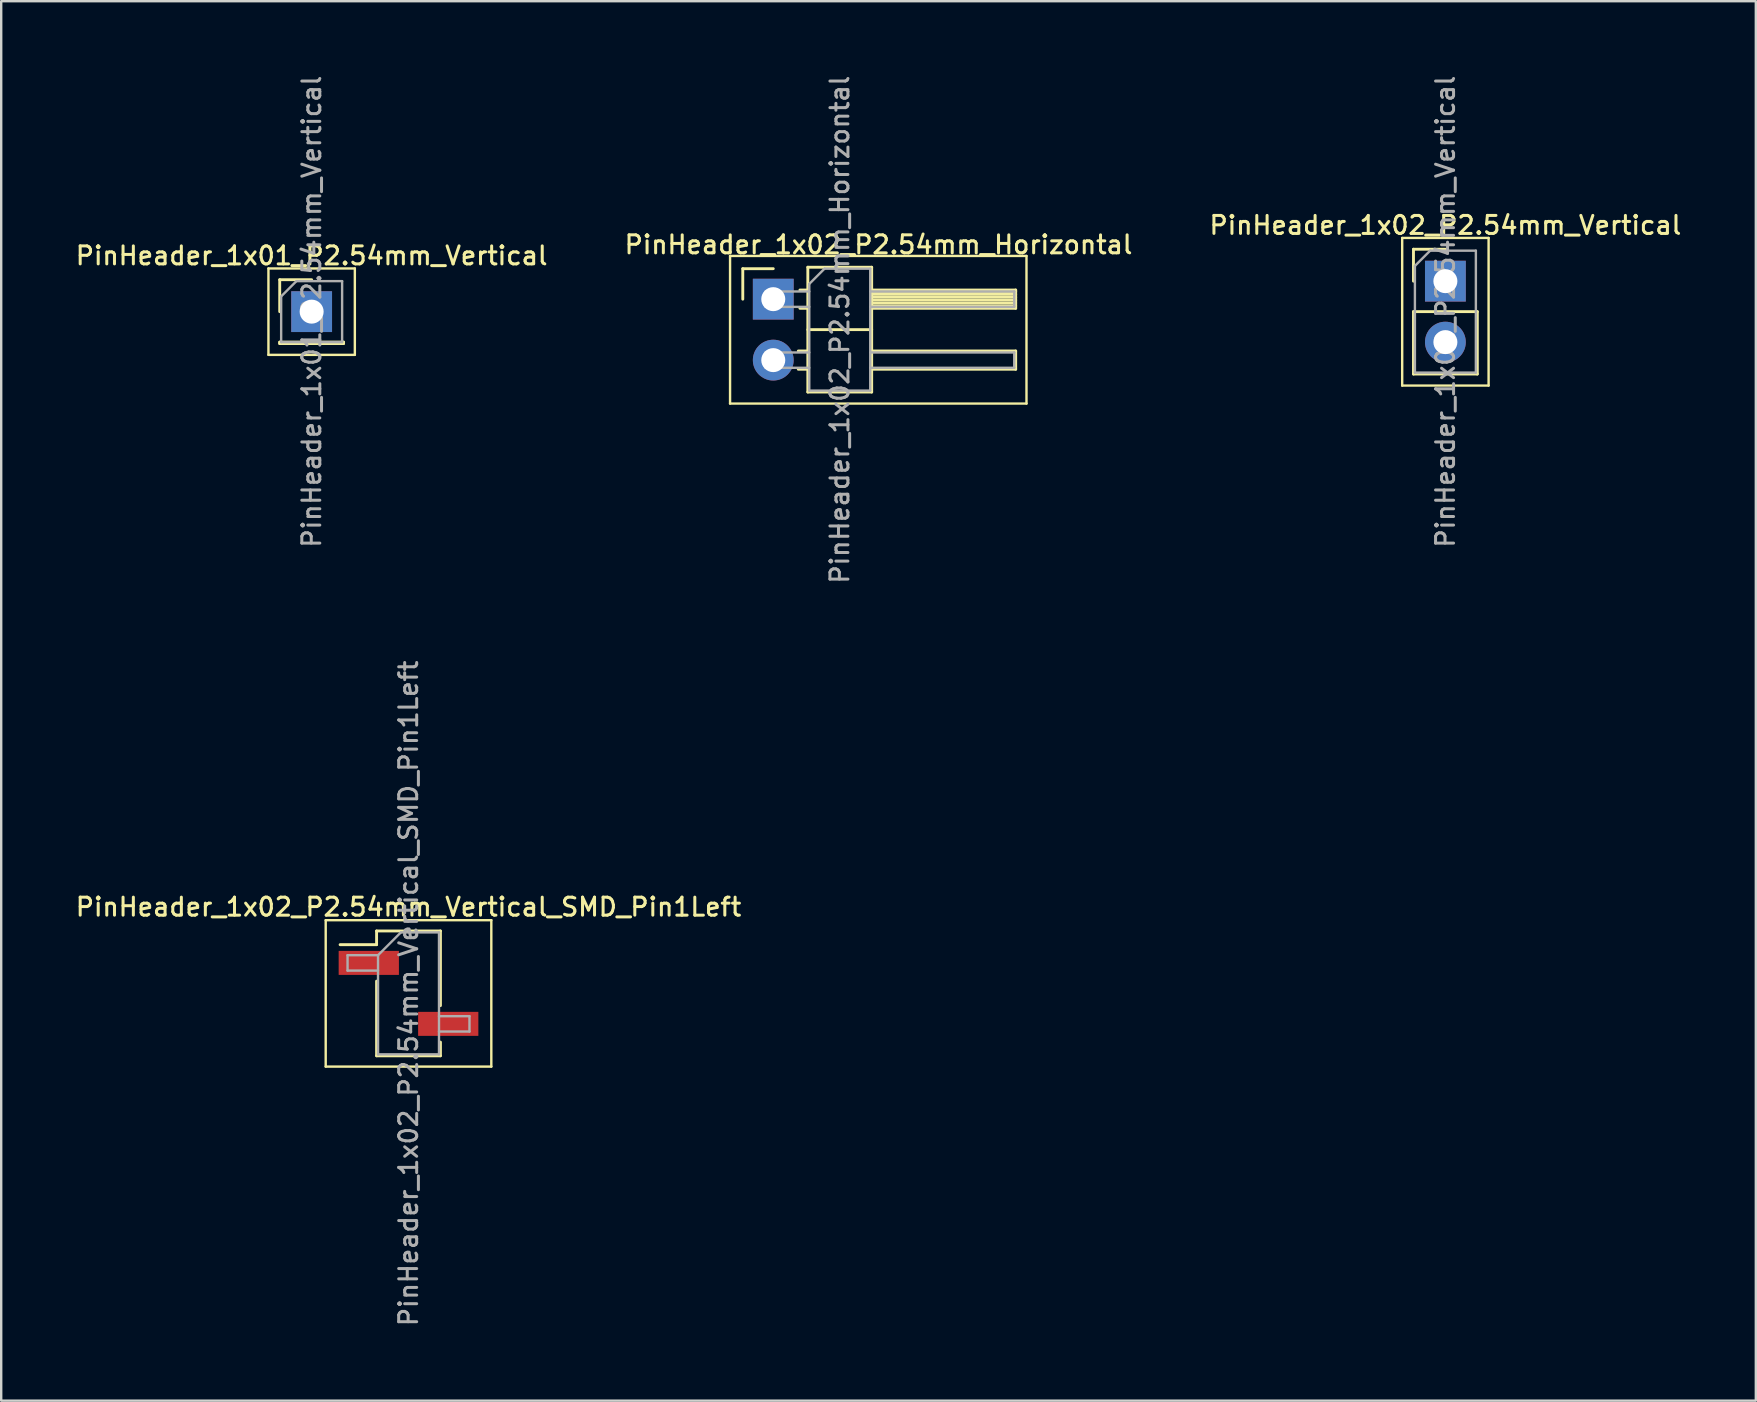
<source format=kicad_pcb>
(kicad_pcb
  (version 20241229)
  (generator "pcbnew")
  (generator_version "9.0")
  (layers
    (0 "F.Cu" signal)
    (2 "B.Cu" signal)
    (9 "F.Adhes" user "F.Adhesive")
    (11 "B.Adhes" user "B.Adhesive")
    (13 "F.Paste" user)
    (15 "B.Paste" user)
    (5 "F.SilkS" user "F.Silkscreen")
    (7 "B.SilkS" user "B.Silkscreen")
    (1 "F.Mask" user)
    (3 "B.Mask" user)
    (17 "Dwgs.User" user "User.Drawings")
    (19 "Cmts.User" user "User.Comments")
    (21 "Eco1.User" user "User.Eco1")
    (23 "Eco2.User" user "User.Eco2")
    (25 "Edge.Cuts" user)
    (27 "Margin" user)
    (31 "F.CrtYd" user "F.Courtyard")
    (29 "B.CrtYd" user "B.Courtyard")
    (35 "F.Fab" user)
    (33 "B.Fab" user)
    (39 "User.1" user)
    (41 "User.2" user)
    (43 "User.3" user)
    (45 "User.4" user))
  (footprint "PinHeader_1x01_P2.54mm_Vertical"
    (layer "F.Cu")
    (at 9.934 9.934)
    (property "Reference" "PinHeader_1x01_P2.54mm_Vertical" (at 0 -2.33 0) (layer "F.SilkS") (effects (font (size 0.75 0.75) (thickness 0.125))))
    (attr through_hole)
    (fp_line (start -1.8 -1.8) (end -1.8 1.8) (stroke (width 0.1) (type solid)) (layer "F.SilkS"))
    (fp_line (start -1.8 1.8) (end 1.8 1.8) (stroke (width 0.1) (type solid)) (layer "F.SilkS"))
    (fp_line (start -1.33 -1.33) (end 0 -1.33) (stroke (width 0.12) (type solid)) (layer "F.SilkS"))
    (fp_line (start -1.33 0) (end -1.33 -1.33) (stroke (width 0.12) (type solid)) (layer "F.SilkS"))
    (fp_line (start -1.33 1.27) (end -1.33 1.33) (stroke (width 0.12) (type solid)) (layer "F.SilkS"))
    (fp_line (start -1.33 1.27) (end 1.33 1.27) (stroke (width 0.12) (type solid)) (layer "F.SilkS"))
    (fp_line (start -1.33 1.33) (end 1.33 1.33) (stroke (width 0.12) (type solid)) (layer "F.SilkS"))
    (fp_line (start 1.33 1.27) (end 1.33 1.33) (stroke (width 0.12) (type solid)) (layer "F.SilkS"))
    (fp_line (start 1.8 -1.8) (end -1.8 -1.8) (stroke (width 0.1) (type solid)) (layer "F.SilkS"))
    (fp_line (start 1.8 1.8) (end 1.8 -1.8) (stroke (width 0.1) (type solid)) (layer "F.SilkS"))
    (fp_line (start -1.27 -0.635) (end -0.635 -1.27) (stroke (width 0.1) (type solid)) (layer "F.Fab"))
    (fp_line (start -1.27 1.27) (end -1.27 -0.635) (stroke (width 0.1) (type solid)) (layer "F.Fab"))
    (fp_line (start -0.635 -1.27) (end 1.27 -1.27) (stroke (width 0.1) (type solid)) (layer "F.Fab"))
    (fp_line (start 1.27 -1.27) (end 1.27 1.27) (stroke (width 0.1) (type solid)) (layer "F.Fab"))
    (fp_line (start 1.27 1.27) (end -1.27 1.27) (stroke (width 0.1) (type solid)) (layer "F.Fab"))
    (fp_text user "${REFERENCE}" (at 0 0 90) (layer "F.Fab") (effects (font (size 0.75 0.75) (thickness 0.125))))
    (pad "1" thru_hole rect (at 0 0) (size 1.7 1.7) (drill 1) (layers "*.Cu" "*.Mask")))
  (footprint "PinHeader_1x02_P2.54mm_Horizontal"
    (layer "F.Cu")
    (at 29.167 9.414)
    (property "Reference" "PinHeader_1x02_P2.54mm_Horizontal" (at 4.385 -2.27 0) (layer "F.SilkS") (effects (font (size 0.75 0.75) (thickness 0.125))))
    (attr through_hole)
    (fp_line (start -1.8 -1.8) (end -1.8 4.35) (stroke (width 0.1) (type solid)) (layer "F.SilkS"))
    (fp_line (start -1.8 4.35) (end 10.55 4.35) (stroke (width 0.1) (type solid)) (layer "F.SilkS"))
    (fp_line (start -1.27 -1.27) (end 0 -1.27) (stroke (width 0.12) (type solid)) (layer "F.SilkS"))
    (fp_line (start -1.27 0) (end -1.27 -1.27) (stroke (width 0.12) (type solid)) (layer "F.SilkS"))
    (fp_line (start 1.043 2.16) (end 1.44 2.16) (stroke (width 0.12) (type solid)) (layer "F.SilkS"))
    (fp_line (start 1.043 2.92) (end 1.44 2.92) (stroke (width 0.12) (type solid)) (layer "F.SilkS"))
    (fp_line (start 1.11 -0.38) (end 1.44 -0.38) (stroke (width 0.12) (type solid)) (layer "F.SilkS"))
    (fp_line (start 1.11 0.38) (end 1.44 0.38) (stroke (width 0.12) (type solid)) (layer "F.SilkS"))
    (fp_line (start 1.44 -1.33) (end 1.44 3.87) (stroke (width 0.12) (type solid)) (layer "F.SilkS"))
    (fp_line (start 1.44 1.27) (end 4.1 1.27) (stroke (width 0.12) (type solid)) (layer "F.SilkS"))
    (fp_line (start 1.44 3.87) (end 4.1 3.87) (stroke (width 0.12) (type solid)) (layer "F.SilkS"))
    (fp_line (start 4.1 -1.33) (end 1.44 -1.33) (stroke (width 0.12) (type solid)) (layer "F.SilkS"))
    (fp_line (start 4.1 -0.38) (end 10.1 -0.38) (stroke (width 0.12) (type solid)) (layer "F.SilkS"))
    (fp_line (start 4.1 -0.32) (end 10.1 -0.32) (stroke (width 0.12) (type solid)) (layer "F.SilkS"))
    (fp_line (start 4.1 -0.2) (end 10.1 -0.2) (stroke (width 0.12) (type solid)) (layer "F.SilkS"))
    (fp_line (start 4.1 -0.08) (end 10.1 -0.08) (stroke (width 0.12) (type solid)) (layer "F.SilkS"))
    (fp_line (start 4.1 0.04) (end 10.1 0.04) (stroke (width 0.12) (type solid)) (layer "F.SilkS"))
    (fp_line (start 4.1 0.16) (end 10.1 0.16) (stroke (width 0.12) (type solid)) (layer "F.SilkS"))
    (fp_line (start 4.1 0.28) (end 10.1 0.28) (stroke (width 0.12) (type solid)) (layer "F.SilkS"))
    (fp_line (start 4.1 2.16) (end 10.1 2.16) (stroke (width 0.12) (type solid)) (layer "F.SilkS"))
    (fp_line (start 4.1 3.87) (end 4.1 -1.33) (stroke (width 0.12) (type solid)) (layer "F.SilkS"))
    (fp_line (start 10.1 -0.38) (end 10.1 0.38) (stroke (width 0.12) (type solid)) (layer "F.SilkS"))
    (fp_line (start 10.1 0.38) (end 4.1 0.38) (stroke (width 0.12) (type solid)) (layer "F.SilkS"))
    (fp_line (start 10.1 2.16) (end 10.1 2.92) (stroke (width 0.12) (type solid)) (layer "F.SilkS"))
    (fp_line (start 10.1 2.92) (end 4.1 2.92) (stroke (width 0.12) (type solid)) (layer "F.SilkS"))
    (fp_line (start 10.55 -1.8) (end -1.8 -1.8) (stroke (width 0.1) (type solid)) (layer "F.SilkS"))
    (fp_line (start 10.55 4.35) (end 10.55 -1.8) (stroke (width 0.1) (type solid)) (layer "F.SilkS"))
    (fp_line (start -0.32 -0.32) (end -0.32 0.32) (stroke (width 0.1) (type solid)) (layer "F.Fab"))
    (fp_line (start -0.32 -0.32) (end 1.5 -0.32) (stroke (width 0.1) (type solid)) (layer "F.Fab"))
    (fp_line (start -0.32 0.32) (end 1.5 0.32) (stroke (width 0.1) (type solid)) (layer "F.Fab"))
    (fp_line (start -0.32 2.22) (end -0.32 2.86) (stroke (width 0.1) (type solid)) (layer "F.Fab"))
    (fp_line (start -0.32 2.22) (end 1.5 2.22) (stroke (width 0.1) (type solid)) (layer "F.Fab"))
    (fp_line (start -0.32 2.86) (end 1.5 2.86) (stroke (width 0.1) (type solid)) (layer "F.Fab"))
    (fp_line (start 1.5 -0.635) (end 2.135 -1.27) (stroke (width 0.1) (type solid)) (layer "F.Fab"))
    (fp_line (start 1.5 3.81) (end 1.5 -0.635) (stroke (width 0.1) (type solid)) (layer "F.Fab"))
    (fp_line (start 2.135 -1.27) (end 4.04 -1.27) (stroke (width 0.1) (type solid)) (layer "F.Fab"))
    (fp_line (start 4.04 -1.27) (end 4.04 3.81) (stroke (width 0.1) (type solid)) (layer "F.Fab"))
    (fp_line (start 4.04 -0.32) (end 10.04 -0.32) (stroke (width 0.1) (type solid)) (layer "F.Fab"))
    (fp_line (start 4.04 0.32) (end 10.04 0.32) (stroke (width 0.1) (type solid)) (layer "F.Fab"))
    (fp_line (start 4.04 2.22) (end 10.04 2.22) (stroke (width 0.1) (type solid)) (layer "F.Fab"))
    (fp_line (start 4.04 2.86) (end 10.04 2.86) (stroke (width 0.1) (type solid)) (layer "F.Fab"))
    (fp_line (start 4.04 3.81) (end 1.5 3.81) (stroke (width 0.1) (type solid)) (layer "F.Fab"))
    (fp_line (start 10.04 -0.32) (end 10.04 0.32) (stroke (width 0.1) (type solid)) (layer "F.Fab"))
    (fp_line (start 10.04 2.22) (end 10.04 2.86) (stroke (width 0.1) (type solid)) (layer "F.Fab"))
    (fp_text user "${REFERENCE}" (at 2.77 1.27 90) (layer "F.Fab") (effects (font (size 0.75 0.75) (thickness 0.125))))
    (pad "1" thru_hole rect (at 0 0) (size 1.7 1.7) (drill 1) (layers "*.Cu" "*.Mask"))
    (pad "2" thru_hole oval (at 0 2.54) (size 1.7 1.7) (drill 1) (layers "*.Cu" "*.Mask")))
  (footprint "PinHeader_1x02_P2.54mm_Vertical"
    (layer "F.Cu")
    (at 57.17 8.664)
    (property "Reference" "PinHeader_1x02_P2.54mm_Vertical" (at 0 -2.33 0) (layer "F.SilkS") (effects (font (size 0.75 0.75) (thickness 0.125))))
    (attr through_hole)
    (fp_line (start -1.8 -1.8) (end -1.8 4.35) (stroke (width 0.1) (type solid)) (layer "F.SilkS"))
    (fp_line (start -1.8 4.35) (end 1.8 4.35) (stroke (width 0.1) (type solid)) (layer "F.SilkS"))
    (fp_line (start -1.33 -1.33) (end 0 -1.33) (stroke (width 0.12) (type solid)) (layer "F.SilkS"))
    (fp_line (start -1.33 0) (end -1.33 -1.33) (stroke (width 0.12) (type solid)) (layer "F.SilkS"))
    (fp_line (start -1.33 1.27) (end -1.33 3.87) (stroke (width 0.12) (type solid)) (layer "F.SilkS"))
    (fp_line (start -1.33 1.27) (end 1.33 1.27) (stroke (width 0.12) (type solid)) (layer "F.SilkS"))
    (fp_line (start -1.33 3.87) (end 1.33 3.87) (stroke (width 0.12) (type solid)) (layer "F.SilkS"))
    (fp_line (start 1.33 1.27) (end 1.33 3.87) (stroke (width 0.12) (type solid)) (layer "F.SilkS"))
    (fp_line (start 1.8 -1.8) (end -1.8 -1.8) (stroke (width 0.1) (type solid)) (layer "F.SilkS"))
    (fp_line (start 1.8 4.35) (end 1.8 -1.8) (stroke (width 0.1) (type solid)) (layer "F.SilkS"))
    (fp_line (start -1.27 -0.635) (end -0.635 -1.27) (stroke (width 0.1) (type solid)) (layer "F.Fab"))
    (fp_line (start -1.27 3.81) (end -1.27 -0.635) (stroke (width 0.1) (type solid)) (layer "F.Fab"))
    (fp_line (start -0.635 -1.27) (end 1.27 -1.27) (stroke (width 0.1) (type solid)) (layer "F.Fab"))
    (fp_line (start 1.27 -1.27) (end 1.27 3.81) (stroke (width 0.1) (type solid)) (layer "F.Fab"))
    (fp_line (start 1.27 3.81) (end -1.27 3.81) (stroke (width 0.1) (type solid)) (layer "F.Fab"))
    (fp_text user "${REFERENCE}" (at 0 1.27 90) (layer "F.Fab") (effects (font (size 0.75 0.75) (thickness 0.125))))
    (pad "1" thru_hole rect (at 0 0) (size 1.7 1.7) (drill 1) (layers "*.Cu" "*.Mask"))
    (pad "2" thru_hole oval (at 0 2.54) (size 1.7 1.7) (drill 1) (layers "*.Cu" "*.Mask")))
  (footprint "PinHeader_1x02_P2.54mm_Vertical_SMD_Pin1Left"
    (layer "F.Cu")
    (at 13.97 38.338)
    (property "Reference" "PinHeader_1x02_P2.54mm_Vertical_SMD_Pin1Left" (at 0 -3.6 0) (layer "F.SilkS") (effects (font (size 0.75 0.75) (thickness 0.125))))
    (attr smd)
    (fp_line (start -3.45 -3.05) (end -3.45 3.05) (stroke (width 0.1) (type solid)) (layer "F.SilkS"))
    (fp_line (start -3.45 3.05) (end 3.45 3.05) (stroke (width 0.1) (type solid)) (layer "F.SilkS"))
    (fp_line (start -1.33 -2.6) (end -1.33 -2.03) (stroke (width 0.12) (type solid)) (layer "F.SilkS"))
    (fp_line (start -1.33 -2.6) (end 1.33 -2.6) (stroke (width 0.12) (type solid)) (layer "F.SilkS"))
    (fp_line (start -1.33 -2.03) (end -2.85 -2.03) (stroke (width 0.12) (type solid)) (layer "F.SilkS"))
    (fp_line (start -1.33 -0.51) (end -1.33 2.6) (stroke (width 0.12) (type solid)) (layer "F.SilkS"))
    (fp_line (start -1.33 2.6) (end 1.33 2.6) (stroke (width 0.12) (type solid)) (layer "F.SilkS"))
    (fp_line (start 1.33 -2.6) (end 1.33 0.51) (stroke (width 0.12) (type solid)) (layer "F.SilkS"))
    (fp_line (start 1.33 2.03) (end 1.33 2.6) (stroke (width 0.12) (type solid)) (layer "F.SilkS"))
    (fp_line (start 3.45 -3.05) (end -3.45 -3.05) (stroke (width 0.1) (type solid)) (layer "F.SilkS"))
    (fp_line (start 3.45 3.05) (end 3.45 -3.05) (stroke (width 0.1) (type solid)) (layer "F.SilkS"))
    (fp_line (start -2.54 -1.59) (end -2.54 -0.95) (stroke (width 0.1) (type solid)) (layer "F.Fab"))
    (fp_line (start -2.54 -0.95) (end -1.27 -0.95) (stroke (width 0.1) (type solid)) (layer "F.Fab"))
    (fp_line (start -1.27 -1.59) (end -2.54 -1.59) (stroke (width 0.1) (type solid)) (layer "F.Fab"))
    (fp_line (start -1.27 -1.59) (end -0.32 -2.54) (stroke (width 0.1) (type solid)) (layer "F.Fab"))
    (fp_line (start -1.27 2.54) (end -1.27 -1.59) (stroke (width 0.1) (type solid)) (layer "F.Fab"))
    (fp_line (start -0.32 -2.54) (end 1.27 -2.54) (stroke (width 0.1) (type solid)) (layer "F.Fab"))
    (fp_line (start 1.27 -2.54) (end 1.27 2.54) (stroke (width 0.1) (type solid)) (layer "F.Fab"))
    (fp_line (start 1.27 0.95) (end 2.54 0.95) (stroke (width 0.1) (type solid)) (layer "F.Fab"))
    (fp_line (start 1.27 2.54) (end -1.27 2.54) (stroke (width 0.1) (type solid)) (layer "F.Fab"))
    (fp_line (start 2.54 0.95) (end 2.54 1.59) (stroke (width 0.1) (type solid)) (layer "F.Fab"))
    (fp_line (start 2.54 1.59) (end 1.27 1.59) (stroke (width 0.1) (type solid)) (layer "F.Fab"))
    (fp_text user "${REFERENCE}" (at 0 0 90) (layer "F.Fab") (effects (font (size 0.75 0.75) (thickness 0.125))))
    (pad "1" smd rect (at -1.655 -1.27) (size 2.51 1) (layers "F.Cu" "F.Mask" "F.Paste"))
    (pad "2" smd rect (at 1.655 1.27) (size 2.51 1) (layers "F.Cu" "F.Mask" "F.Paste")))
  (gr_rect
    (start -3 -3)
    (end 70.104 55.307)
    (stroke (width 0.1) (type default))
    (fill no)
    (layer "Edge.Cuts")))
</source>
